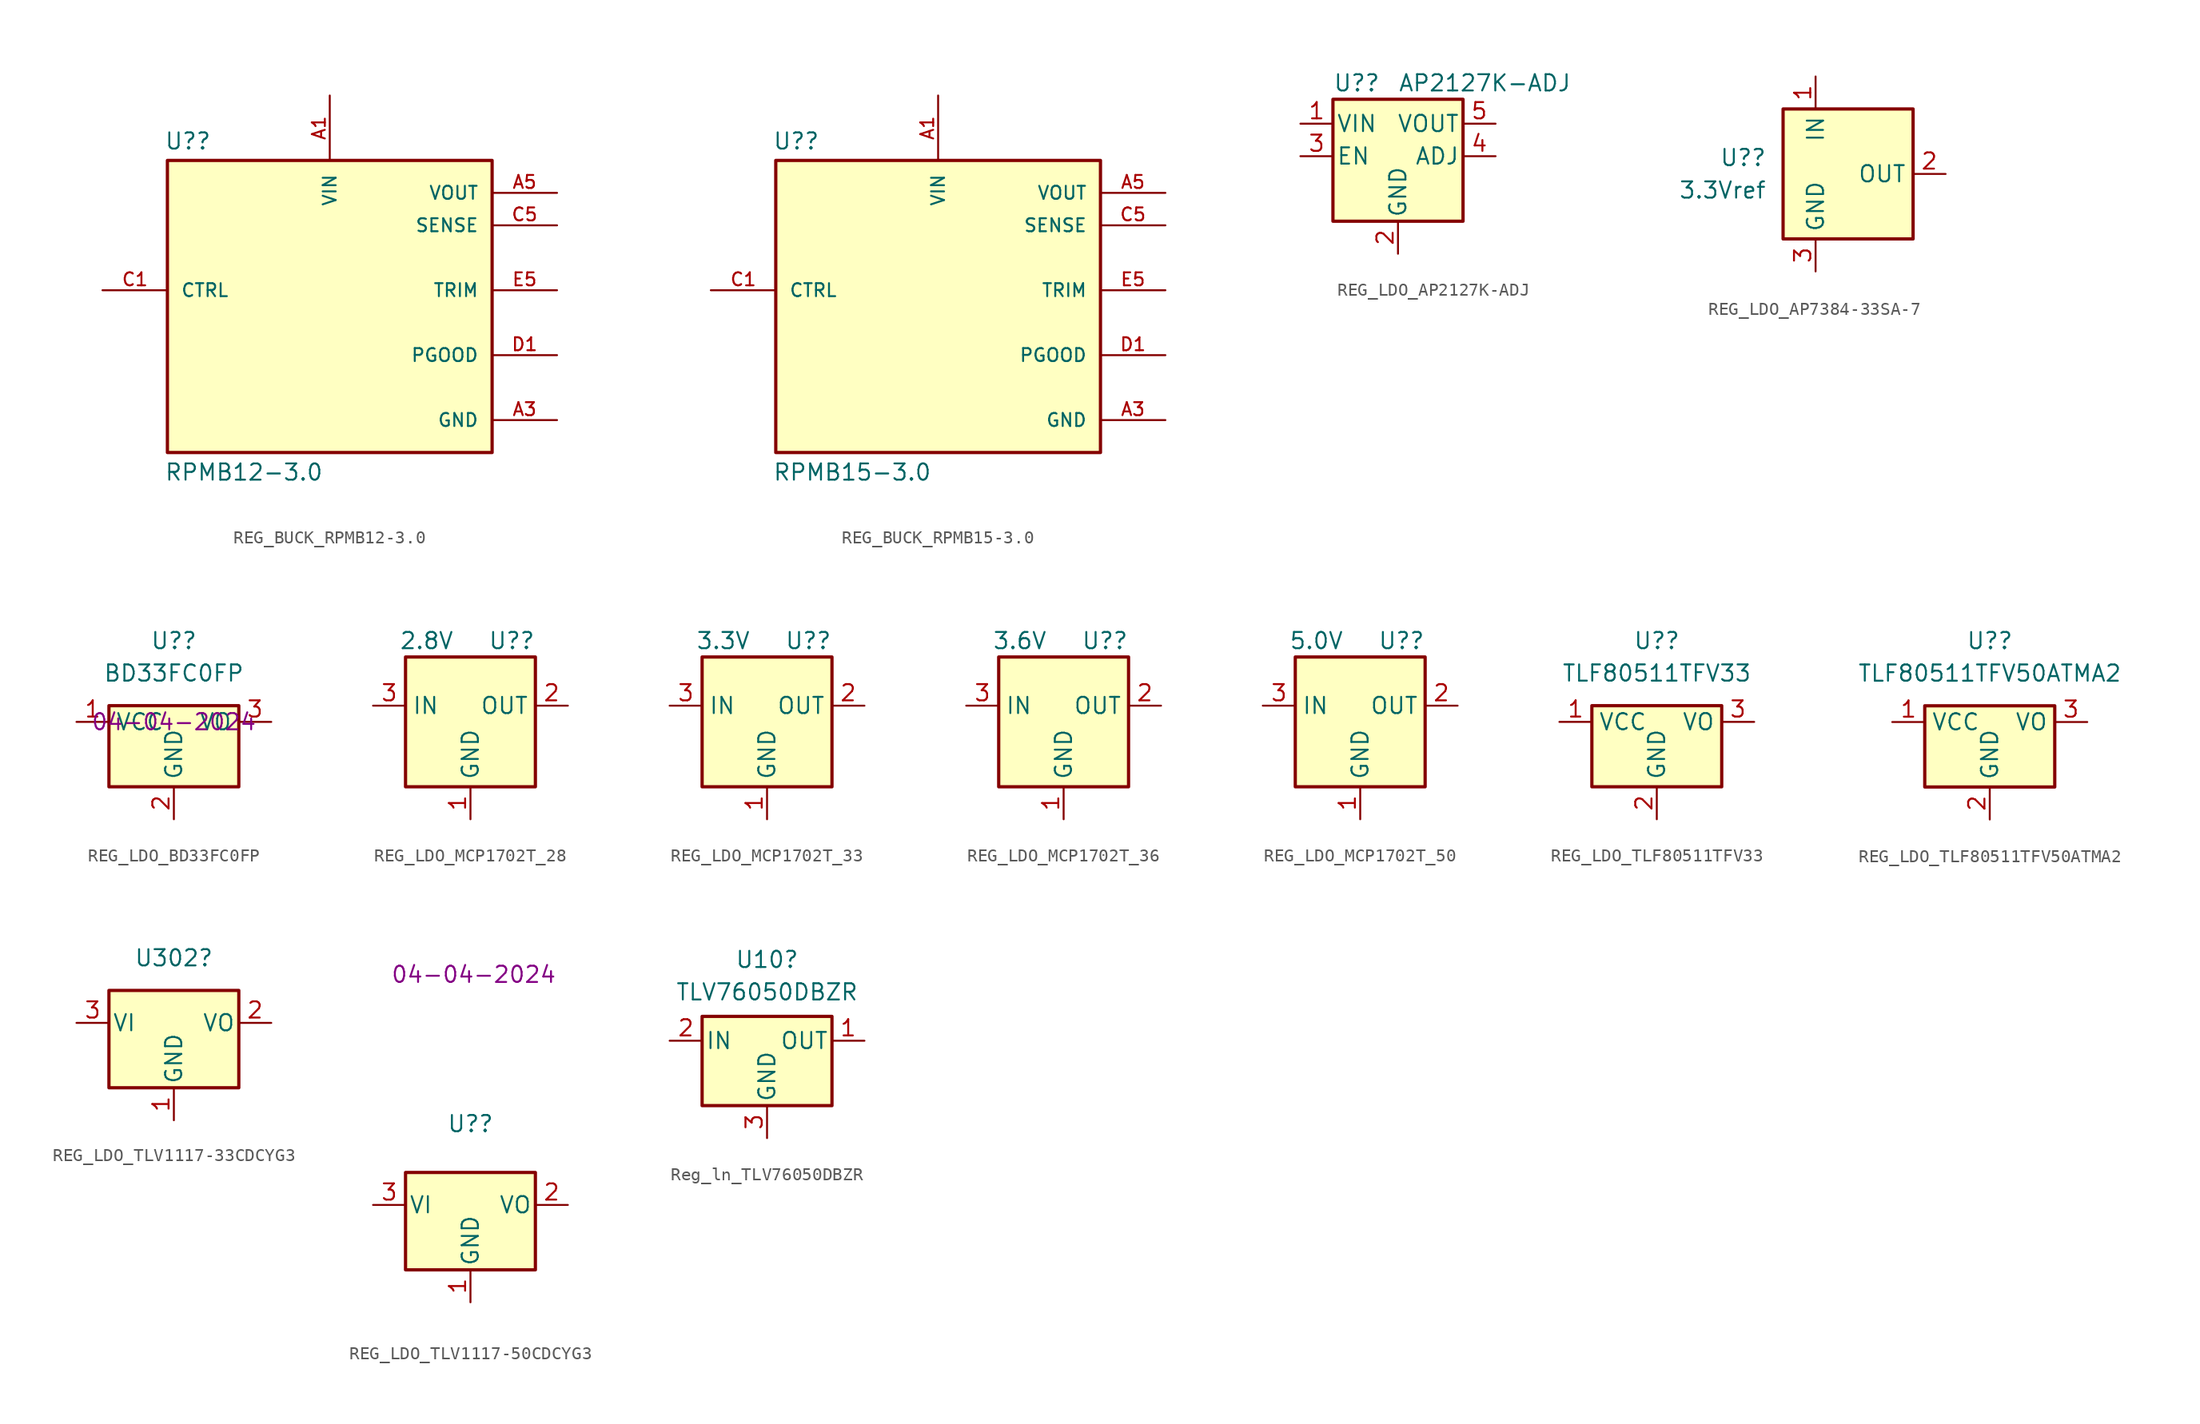
<source format=kicad_sym>
(kicad_symbol_lib
  (version 20231120)
  (generator "kicad_symbol_editor")
  (generator_version "8.0")
  (symbol "REG_BUCK_RPMB12-3.0"
    (pin_names
      (offset 1.016))
    (property "Reference" "U?"
      (at -12.954 13.462 0)
      (effects (font (size 1.27 1.27)) (justify left bottom)))
    (property "Value" "RPMB12-3.0"
      (at -12.954 -12.446 0)
      (effects (font (size 1.27 1.27)) (justify left bottom)))
    (symbol "REG_BUCK_RPMB12-3.0_0_0"
      (rectangle (start -12.7 -10.16) (end 12.7 12.7) (stroke (width 0.254) (type default)) (fill (type background)))
      (pin input line (at 0 17.78 270) (length 5.08) (name "VIN" (effects (font (size 1.016 1.016)))) (number "A1" (effects (font (size 1.016 1.016)))))
      (pin power_in line (at 17.78 -7.62 180) (length 5.08) (name "GND" (effects (font (size 1.016 1.016)))) (number "A3" (effects (font (size 1.016 1.016)))))
      (pin power_in line (at 17.78 -7.62 180) (length 5.08) hide (name "GND" (effects (font (size 1.016 1.016)))) (number "A4" (effects (font (size 1.016 1.016)))))
      (pin output line (at 17.78 10.16 180) (length 5.08) (name "VOUT" (effects (font (size 1.016 1.016)))) (number "A5" (effects (font (size 1.016 1.016)))))
      (pin power_in line (at 17.78 -7.62 180) (length 5.08) hide (name "GND" (effects (font (size 1.016 1.016)))) (number "B1" (effects (font (size 1.016 1.016)))))
      (pin power_in line (at 17.78 -7.62 180) (length 5.08) hide (name "GND" (effects (font (size 1.016 1.016)))) (number "B2" (effects (font (size 1.016 1.016)))))
      (pin power_in line (at 17.78 -7.62 180) (length 5.08) hide (name "GND" (effects (font (size 1.016 1.016)))) (number "B3" (effects (font (size 1.016 1.016)))))
      (pin power_in line (at 17.78 -7.62 180) (length 5.08) hide (name "GND" (effects (font (size 1.016 1.016)))) (number "B4" (effects (font (size 1.016 1.016)))))
      (pin output line (at 17.78 10.16 180) (length 5.08) hide (name "VOUT" (effects (font (size 1.016 1.016)))) (number "B5" (effects (font (size 1.016 1.016)))))
      (pin input line (at -17.78 2.54 0) (length 5.08) (name "CTRL" (effects (font (size 1.016 1.016)))) (number "C1" (effects (font (size 1.016 1.016)))))
      (pin power_in line (at 17.78 -7.62 180) (length 5.08) hide (name "GND" (effects (font (size 1.016 1.016)))) (number "C2" (effects (font (size 1.016 1.016)))))
      (pin power_in line (at 17.78 -7.62 180) (length 5.08) hide (name "GND" (effects (font (size 1.016 1.016)))) (number "C3" (effects (font (size 1.016 1.016)))))
      (pin power_in line (at 17.78 -7.62 180) (length 5.08) hide (name "GND" (effects (font (size 1.016 1.016)))) (number "C4" (effects (font (size 1.016 1.016)))))
      (pin input line (at 17.78 7.62 180) (length 5.08) (name "SENSE" (effects (font (size 1.016 1.016)))) (number "C5" (effects (font (size 1.016 1.016)))))
      (pin output line (at 17.78 -2.54 180) (length 5.08) (name "PGOOD" (effects (font (size 1.016 1.016)))) (number "D1" (effects (font (size 1.016 1.016)))))
      (pin power_in line (at 17.78 -7.62 180) (length 5.08) hide (name "GND" (effects (font (size 1.016 1.016)))) (number "D2" (effects (font (size 1.016 1.016)))))
      (pin power_in line (at 17.78 -7.62 180) (length 5.08) hide (name "GND" (effects (font (size 1.016 1.016)))) (number "D3" (effects (font (size 1.016 1.016)))))
      (pin power_in line (at 17.78 -7.62 180) (length 5.08) hide (name "GND" (effects (font (size 1.016 1.016)))) (number "D4" (effects (font (size 1.016 1.016)))))
      (pin power_in line (at 17.78 -7.62 180) (length 5.08) hide (name "GND" (effects (font (size 1.016 1.016)))) (number "D5" (effects (font (size 1.016 1.016)))))
      (pin power_in line (at 17.78 -7.62 180) (length 5.08) hide (name "GND" (effects (font (size 1.016 1.016)))) (number "E3" (effects (font (size 1.016 1.016)))))
      (pin power_in line (at 17.78 -7.62 180) (length 5.08) hide (name "GND" (effects (font (size 1.016 1.016)))) (number "E4" (effects (font (size 1.016 1.016)))))
      (pin passive line (at 17.78 2.54 180) (length 5.08) (name "TRIM" (effects (font (size 1.016 1.016)))) (number "E5" (effects (font (size 1.016 1.016))))))
    (symbol "REG_BUCK_RPMB12-3.0_1_0"
      (pin input line (at 0 17.78 270) (length 5.08) hide (name "VIN" (effects (font (size 1.016 1.016)))) (number "A2" (effects (font (size 1.016 1.016)))))
      (pin no_connect line (at -17.78 -2.54 0) (length 5.08) hide (name "NC" (effects (font (size 1.016 1.016)))) (number "E1" (effects (font (size 1.016 1.016)))))
      (pin no_connect line (at -17.78 -2.54 0) (length 5.08) hide (name "NC" (effects (font (size 1.016 1.016)))) (number "E2" (effects (font (size 1.016 1.016)))))))
  (symbol "REG_BUCK_RPMB15-3.0"
    (pin_names
      (offset 1.016))
    (property "Reference" "U?"
      (at -12.954 13.462 0)
      (effects (font (size 1.27 1.27)) (justify left bottom)))
    (property "Value" "RPMB15-3.0"
      (at -12.954 -12.446 0)
      (effects (font (size 1.27 1.27)) (justify left bottom)))
    (symbol "REG_BUCK_RPMB15-3.0_0_0"
      (rectangle (start -12.7 -10.16) (end 12.7 12.7) (stroke (width 0.254) (type default)) (fill (type background)))
      (pin input line (at 0 17.78 270) (length 5.08) (name "VIN" (effects (font (size 1.016 1.016)))) (number "A1" (effects (font (size 1.016 1.016)))))
      (pin power_in line (at 17.78 -7.62 180) (length 5.08) (name "GND" (effects (font (size 1.016 1.016)))) (number "A3" (effects (font (size 1.016 1.016)))))
      (pin power_in line (at 17.78 -7.62 180) (length 5.08) hide (name "GND" (effects (font (size 1.016 1.016)))) (number "A4" (effects (font (size 1.016 1.016)))))
      (pin output line (at 17.78 10.16 180) (length 5.08) (name "VOUT" (effects (font (size 1.016 1.016)))) (number "A5" (effects (font (size 1.016 1.016)))))
      (pin power_in line (at 17.78 -7.62 180) (length 5.08) hide (name "GND" (effects (font (size 1.016 1.016)))) (number "B1" (effects (font (size 1.016 1.016)))))
      (pin power_in line (at 17.78 -7.62 180) (length 5.08) hide (name "GND" (effects (font (size 1.016 1.016)))) (number "B2" (effects (font (size 1.016 1.016)))))
      (pin power_in line (at 17.78 -7.62 180) (length 5.08) hide (name "GND" (effects (font (size 1.016 1.016)))) (number "B3" (effects (font (size 1.016 1.016)))))
      (pin power_in line (at 17.78 -7.62 180) (length 5.08) hide (name "GND" (effects (font (size 1.016 1.016)))) (number "B4" (effects (font (size 1.016 1.016)))))
      (pin output line (at 17.78 10.16 180) (length 5.08) hide (name "VOUT" (effects (font (size 1.016 1.016)))) (number "B5" (effects (font (size 1.016 1.016)))))
      (pin input line (at -17.78 2.54 0) (length 5.08) (name "CTRL" (effects (font (size 1.016 1.016)))) (number "C1" (effects (font (size 1.016 1.016)))))
      (pin power_in line (at 17.78 -7.62 180) (length 5.08) hide (name "GND" (effects (font (size 1.016 1.016)))) (number "C2" (effects (font (size 1.016 1.016)))))
      (pin power_in line (at 17.78 -7.62 180) (length 5.08) hide (name "GND" (effects (font (size 1.016 1.016)))) (number "C3" (effects (font (size 1.016 1.016)))))
      (pin power_in line (at 17.78 -7.62 180) (length 5.08) hide (name "GND" (effects (font (size 1.016 1.016)))) (number "C4" (effects (font (size 1.016 1.016)))))
      (pin input line (at 17.78 7.62 180) (length 5.08) (name "SENSE" (effects (font (size 1.016 1.016)))) (number "C5" (effects (font (size 1.016 1.016)))))
      (pin output line (at 17.78 -2.54 180) (length 5.08) (name "PGOOD" (effects (font (size 1.016 1.016)))) (number "D1" (effects (font (size 1.016 1.016)))))
      (pin power_in line (at 17.78 -7.62 180) (length 5.08) hide (name "GND" (effects (font (size 1.016 1.016)))) (number "D2" (effects (font (size 1.016 1.016)))))
      (pin power_in line (at 17.78 -7.62 180) (length 5.08) hide (name "GND" (effects (font (size 1.016 1.016)))) (number "D3" (effects (font (size 1.016 1.016)))))
      (pin power_in line (at 17.78 -7.62 180) (length 5.08) hide (name "GND" (effects (font (size 1.016 1.016)))) (number "D4" (effects (font (size 1.016 1.016)))))
      (pin power_in line (at 17.78 -7.62 180) (length 5.08) hide (name "GND" (effects (font (size 1.016 1.016)))) (number "D5" (effects (font (size 1.016 1.016)))))
      (pin power_in line (at 17.78 -7.62 180) (length 5.08) hide (name "GND" (effects (font (size 1.016 1.016)))) (number "E3" (effects (font (size 1.016 1.016)))))
      (pin power_in line (at 17.78 -7.62 180) (length 5.08) hide (name "GND" (effects (font (size 1.016 1.016)))) (number "E4" (effects (font (size 1.016 1.016)))))
      (pin passive line (at 17.78 2.54 180) (length 5.08) (name "TRIM" (effects (font (size 1.016 1.016)))) (number "E5" (effects (font (size 1.016 1.016))))))
    (symbol "REG_BUCK_RPMB15-3.0_1_0"
      (pin input line (at 0 17.78 270) (length 5.08) hide (name "VIN" (effects (font (size 1.016 1.016)))) (number "A2" (effects (font (size 1.016 1.016)))))
      (pin no_connect line (at -17.78 -2.54 0) (length 5.08) hide (name "NC" (effects (font (size 1.016 1.016)))) (number "E1" (effects (font (size 1.016 1.016)))))
      (pin no_connect line (at -17.78 -2.54 0) (length 5.08) hide (name "NC" (effects (font (size 1.016 1.016)))) (number "E2" (effects (font (size 1.016 1.016)))))))
  (symbol "REG_LDO_AP2127K-ADJ"
    (pin_names
      (offset 0.254))
    (property "Reference" "U?"
      (at -5.08 5.715 0)
      (effects (font (size 1.27 1.27)) (justify left)))
    (property "Value" "AP2127K-ADJ"
      (at 0 5.715 0)
      (effects (font (size 1.27 1.27)) (justify left)))
    (symbol "REG_LDO_AP2127K-ADJ_0_1"
      (rectangle (start -5.08 4.445) (end 5.08 -5.08) (stroke (width 0.254) (type default)) (fill (type background))))
    (symbol "REG_LDO_AP2127K-ADJ_1_1"
      (pin power_in line (at -7.62 2.54 0) (length 2.54) (name "VIN" (effects (font (size 1.27 1.27)))) (number "1" (effects (font (size 1.27 1.27)))))
      (pin power_in line (at 0 -7.62 90) (length 2.54) (name "GND" (effects (font (size 1.27 1.27)))) (number "2" (effects (font (size 1.27 1.27)))))
      (pin input line (at -7.62 0 0) (length 2.54) (name "EN" (effects (font (size 1.27 1.27)))) (number "3" (effects (font (size 1.27 1.27)))))
      (pin input line (at 7.62 0 180) (length 2.54) (name "ADJ" (effects (font (size 1.27 1.27)))) (number "4" (effects (font (size 1.27 1.27)))))
      (pin power_out line (at 7.62 2.54 180) (length 2.54) (name "VOUT" (effects (font (size 1.27 1.27)))) (number "5" (effects (font (size 1.27 1.27)))))))
  (symbol "REG_LDO_AP7384-33SA-7"
    (property "Reference" "U?"
      (at -6.35 1.27 0)
      (effects (font (size 1.27 1.27)) (justify right)))
    (property "Value" "3.3Vref"
      (at -6.35 -1.27 0)
      (effects (font (size 1.27 1.27)) (justify right)))
    (symbol "REG_LDO_AP7384-33SA-7_0_1"
      (rectangle (start -5.08 5.08) (end 5.08 -5.08) (stroke (width 0.254) (type default)) (fill (type background))))
    (symbol "REG_LDO_AP7384-33SA-7_1_1"
      (pin power_in line (at -2.54 7.62 270) (length 2.54) (name "IN" (effects (font (size 1.27 1.27)))) (number "1" (effects (font (size 1.27 1.27)))))
      (pin power_out line (at 7.62 0 180) (length 2.54) (name "OUT" (effects (font (size 1.27 1.27)))) (number "2" (effects (font (size 1.27 1.27)))))
      (pin power_in line (at -2.54 -7.62 90) (length 2.54) (name "GND" (effects (font (size 1.27 1.27)))) (number "3" (effects (font (size 1.27 1.27)))))))
  (symbol "REG_LDO_BD33FC0FP"
    (property "Reference" "U?"
      (at 0 6.35 0)
      (effects (font (size 1.27 1.27))))
    (property "Value" "BD33FC0FP"
      (at 0 3.81 0)
      (effects (font (size 1.27 1.27))))
    (property "Update date" "04-04-2024"
      (at 0 0 0)
      (effects (font (size 1.27 1.27))))
    (symbol "REG_LDO_BD33FC0FP_1_1"
      (rectangle (start -5.08 1.27) (end 5.08 -5.08) (stroke (width 0.254) (type default)) (fill (type background)))
      (pin power_in line (at -7.62 0 0) (length 2.54) (name "VCC" (effects (font (size 1.27 1.27)))) (number "1" (effects (font (size 1.27 1.27)))))
      (pin power_in line (at 0 -7.62 90) (length 2.54) (name "GND" (effects (font (size 1.27 1.27)))) (number "2" (effects (font (size 1.27 1.27)))))
      (pin power_out line (at 7.62 0 180) (length 2.54) (name "VO" (effects (font (size 1.27 1.27)))) (number "3" (effects (font (size 1.27 1.27)))))))
  (symbol "REG_LDO_MCP1702T_28"
    (property "Reference" "U?"
      (at 5.08 5.08 0)
      (effects (font (size 1.27 1.27)) (justify right)))
    (property "Value" "2.8V"
      (at -1.27 5.08 0)
      (effects (font (size 1.27 1.27)) (justify right)))
    (symbol "REG_LDO_MCP1702T_28_0_1"
      (rectangle (start 5.08 3.81) (end -5.08 -6.35) (stroke (width 0.254) (type default)) (fill (type background))))
    (symbol "REG_LDO_MCP1702T_28_1_1"
      (pin power_in line (at 0 -8.89 90) (length 2.54) (name "GND" (effects (font (size 1.27 1.27)))) (number "1" (effects (font (size 1.27 1.27)))))
      (pin power_out line (at 7.62 0 180) (length 2.54) (name "OUT" (effects (font (size 1.27 1.27)))) (number "2" (effects (font (size 1.27 1.27)))))
      (pin power_in line (at -7.62 0 0) (length 2.54) (name "IN" (effects (font (size 1.27 1.27)))) (number "3" (effects (font (size 1.27 1.27)))))))
  (symbol "REG_LDO_MCP1702T_33"
    (property "Reference" "U?"
      (at 5.08 5.08 0)
      (effects (font (size 1.27 1.27)) (justify right)))
    (property "Value" "3.3V"
      (at -1.27 5.08 0)
      (effects (font (size 1.27 1.27)) (justify right)))
    (symbol "REG_LDO_MCP1702T_33_0_1"
      (rectangle (start 5.08 3.81) (end -5.08 -6.35) (stroke (width 0.254) (type default)) (fill (type background))))
    (symbol "REG_LDO_MCP1702T_33_1_1"
      (pin power_in line (at 0 -8.89 90) (length 2.54) (name "GND" (effects (font (size 1.27 1.27)))) (number "1" (effects (font (size 1.27 1.27)))))
      (pin power_out line (at 7.62 0 180) (length 2.54) (name "OUT" (effects (font (size 1.27 1.27)))) (number "2" (effects (font (size 1.27 1.27)))))
      (pin power_in line (at -7.62 0 0) (length 2.54) (name "IN" (effects (font (size 1.27 1.27)))) (number "3" (effects (font (size 1.27 1.27)))))))
  (symbol "REG_LDO_MCP1702T_36"
    (property "Reference" "U?"
      (at 5.08 5.08 0)
      (effects (font (size 1.27 1.27)) (justify right)))
    (property "Value" "3.6V"
      (at -1.27 5.08 0)
      (effects (font (size 1.27 1.27)) (justify right)))
    (symbol "REG_LDO_MCP1702T_36_0_1"
      (rectangle (start 5.08 3.81) (end -5.08 -6.35) (stroke (width 0.254) (type default)) (fill (type background))))
    (symbol "REG_LDO_MCP1702T_36_1_1"
      (pin power_in line (at 0 -8.89 90) (length 2.54) (name "GND" (effects (font (size 1.27 1.27)))) (number "1" (effects (font (size 1.27 1.27)))))
      (pin power_out line (at 7.62 0 180) (length 2.54) (name "OUT" (effects (font (size 1.27 1.27)))) (number "2" (effects (font (size 1.27 1.27)))))
      (pin power_in line (at -7.62 0 0) (length 2.54) (name "IN" (effects (font (size 1.27 1.27)))) (number "3" (effects (font (size 1.27 1.27)))))))
  (symbol "REG_LDO_MCP1702T_50"
    (property "Reference" "U?"
      (at 5.08 5.08 0)
      (effects (font (size 1.27 1.27)) (justify right)))
    (property "Value" "5.0V"
      (at -1.27 5.08 0)
      (effects (font (size 1.27 1.27)) (justify right)))
    (symbol "REG_LDO_MCP1702T_50_0_1"
      (rectangle (start 5.08 3.81) (end -5.08 -6.35) (stroke (width 0.254) (type default)) (fill (type background))))
    (symbol "REG_LDO_MCP1702T_50_1_1"
      (pin power_in line (at 0 -8.89 90) (length 2.54) (name "GND" (effects (font (size 1.27 1.27)))) (number "1" (effects (font (size 1.27 1.27)))))
      (pin power_out line (at 7.62 0 180) (length 2.54) (name "OUT" (effects (font (size 1.27 1.27)))) (number "2" (effects (font (size 1.27 1.27)))))
      (pin power_in line (at -7.62 0 0) (length 2.54) (name "IN" (effects (font (size 1.27 1.27)))) (number "3" (effects (font (size 1.27 1.27)))))))
  (symbol "REG_LDO_TLF80511TFV33"
    (property "Reference" "U?"
      (at 0 6.35 0)
      (effects (font (size 1.27 1.27))))
    (property "Value" "TLF80511TFV33"
      (at 0 3.81 0)
      (effects (font (size 1.27 1.27))))
    (symbol "REG_LDO_TLF80511TFV33_1_1"
      (rectangle (start -5.08 1.27) (end 5.08 -5.08) (stroke (width 0.254) (type default)) (fill (type background)))
      (pin power_in line (at -7.62 0 0) (length 2.54) (name "VCC" (effects (font (size 1.27 1.27)))) (number "1" (effects (font (size 1.27 1.27)))))
      (pin power_in line (at 0 -7.62 90) (length 2.54) (name "GND" (effects (font (size 1.27 1.27)))) (number "2" (effects (font (size 1.27 1.27)))))
      (pin power_out line (at 7.62 0 180) (length 2.54) (name "VO" (effects (font (size 1.27 1.27)))) (number "3" (effects (font (size 1.27 1.27)))))))
  (symbol "REG_LDO_TLF80511TFV50ATMA2"
    (property "Reference" "U?"
      (at 0 6.35 0)
      (effects (font (size 1.27 1.27))))
    (property "Value" "TLF80511TFV50ATMA2"
      (at 0 3.81 0)
      (effects (font (size 1.27 1.27))))
    (symbol "REG_LDO_TLF80511TFV50ATMA2_1_1"
      (rectangle (start -5.08 1.27) (end 5.08 -5.08) (stroke (width 0.254) (type default)) (fill (type background)))
      (pin power_in line (at -7.62 0 0) (length 2.54) (name "VCC" (effects (font (size 1.27 1.27)))) (number "1" (effects (font (size 1.27 1.27)))))
      (pin power_in line (at 0 -7.62 90) (length 2.54) (name "GND" (effects (font (size 1.27 1.27)))) (number "2" (effects (font (size 1.27 1.27)))))
      (pin power_out line (at 7.62 0 180) (length 2.54) (name "VO" (effects (font (size 1.27 1.27)))) (number "3" (effects (font (size 1.27 1.27)))))))
  (symbol "REG_LDO_TLV1117-33CDCYG3"
    (pin_names
      (offset 0.254))
    (property "Reference" "U302"
      (at 0 5.08 0)
      (effects (font (size 1.27 1.27))))
    (symbol "REG_LDO_TLV1117-33CDCYG3_0_1"
      (rectangle (start -5.08 2.54) (end 5.08 -5.08) (stroke (width 0.254) (type default)) (fill (type background))))
    (symbol "REG_LDO_TLV1117-33CDCYG3_1_1"
      (pin power_in line (at 0 -7.62 90) (length 2.54) (name "GND" (effects (font (size 1.27 1.27)))) (number "1" (effects (font (size 1.27 1.27)))))
      (pin power_out line (at 7.62 0 180) (length 2.54) (name "VO" (effects (font (size 1.27 1.27)))) (number "2" (effects (font (size 1.27 1.27)))))
      (pin power_in line (at -7.62 0 0) (length 2.54) (name "VI" (effects (font (size 1.27 1.27)))) (number "3" (effects (font (size 1.27 1.27)))))))
  (symbol "REG_LDO_TLV1117-50CDCYG3"
    (pin_names
      (offset 0.254))
    (property "Reference" "U?"
      (at 0 6.35 0)
      (effects (font (size 1.27 1.27))))
    (property "Update date" "04-04-2024"
      (at 0.254 18.034 0)
      (effects (font (size 1.27 1.27))))
    (symbol "REG_LDO_TLV1117-50CDCYG3_0_1"
      (rectangle (start -5.08 2.54) (end 5.08 -5.08) (stroke (width 0.254) (type default)) (fill (type background))))
    (symbol "REG_LDO_TLV1117-50CDCYG3_1_1"
      (pin power_in line (at 0 -7.62 90) (length 2.54) (name "GND" (effects (font (size 1.27 1.27)))) (number "1" (effects (font (size 1.27 1.27)))))
      (pin power_out line (at 7.62 0 180) (length 2.54) (name "VO" (effects (font (size 1.27 1.27)))) (number "2" (effects (font (size 1.27 1.27)))))
      (pin power_in line (at -7.62 0 0) (length 2.54) (name "VI" (effects (font (size 1.27 1.27)))) (number "3" (effects (font (size 1.27 1.27)))))))
  (symbol "Reg_ln_TLV76050DBZR"
    (pin_names
      (offset 0.254))
    (property "Reference" "U10"
      (at 0 6.35 0)
      (effects (font (size 1.27 1.27))))
    (property "Value" "TLV76050DBZR"
      (at 0 3.81 0)
      (effects (font (size 1.27 1.27))))
    (symbol "Reg_ln_TLV76050DBZR_0_1"
      (rectangle (start -5.08 1.905) (end 5.08 -5.08) (stroke (width 0.254) (type default)) (fill (type background))))
    (symbol "Reg_ln_TLV76050DBZR_1_1"
      (pin power_out line (at 7.62 0 180) (length 2.54) (name "OUT" (effects (font (size 1.27 1.27)))) (number "1" (effects (font (size 1.27 1.27)))))
      (pin power_in line (at -7.62 0 0) (length 2.54) (name "IN" (effects (font (size 1.27 1.27)))) (number "2" (effects (font (size 1.27 1.27)))))
      (pin power_in line (at 0 -7.62 90) (length 2.54) (name "GND" (effects (font (size 1.27 1.27)))) (number "3" (effects (font (size 1.27 1.27))))))))
</source>
